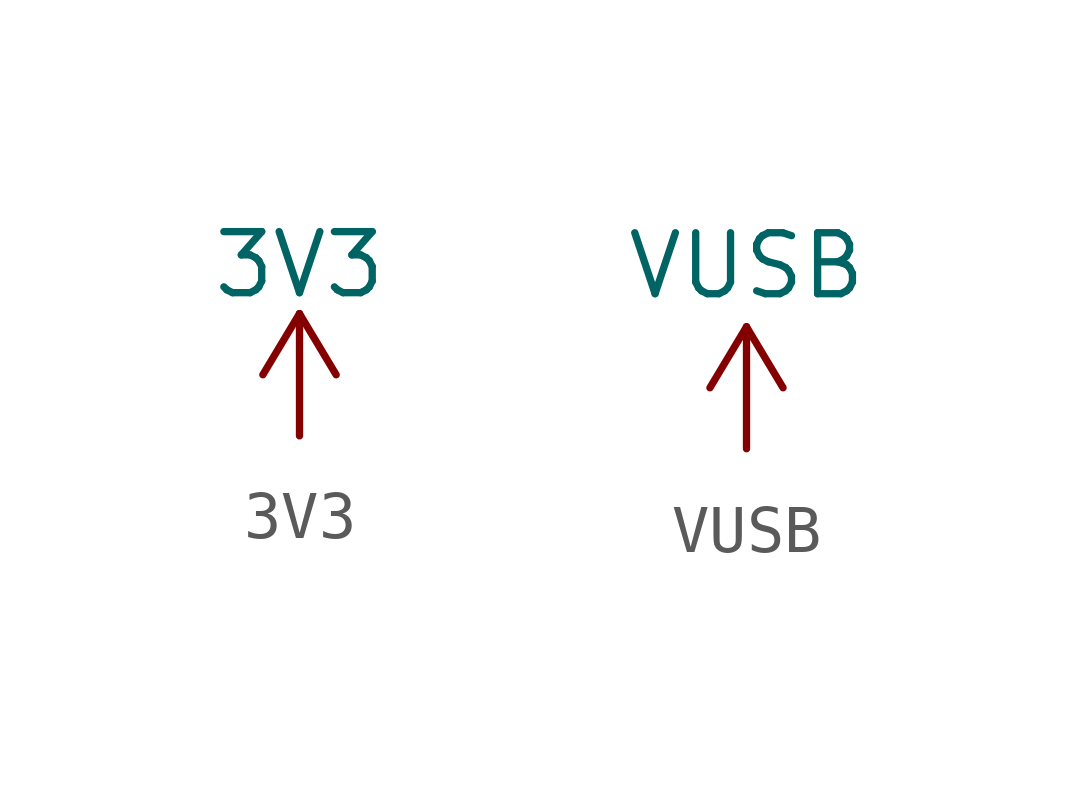
<source format=kicad_sym>
(kicad_symbol_lib
  (version 20211014)
  (generator kicad_symbol_editor)
  (symbol "3V3"
    (power)
    (pin_names
      (offset 0))
    (property "Reference" "#PWR"
      (at 0 -3.81 0)
      (effects (font (size 1.27 1.27)) hide))
    (property "Value" "3V3"
      (at 0 3.556 0)
      (effects (font (size 1.27 1.27))))
    (symbol "3V3_0_1"
      (polyline (pts (xy -0.762 1.27) (xy 0 2.54)) (stroke (width 0) (type default) (color 0 0 0 0)) (fill (type none)))
      (polyline (pts (xy 0 0) (xy 0 2.54)) (stroke (width 0) (type default) (color 0 0 0 0)) (fill (type none)))
      (polyline (pts (xy 0 2.54) (xy 0.762 1.27)) (stroke (width 0) (type default) (color 0 0 0 0)) (fill (type none))))
    (symbol "3V3_1_1"
      (pin power_in line (at 0 0 90) (length 0) hide (name "3V3" (effects (font (size 1.27 1.27)))) (number "1" (effects (font (size 1.27 1.27)))))))
  (symbol "VUSB"
    (power)
    (pin_names
      (offset 0))
    (property "Reference" "#PWR"
      (at 0 -3.81 0)
      (effects (font (size 1.27 1.27)) hide))
    (property "Value" "VUSB"
      (at 0 3.81 0)
      (effects (font (size 1.27 1.27))))
    (symbol "VUSB_0_1"
      (polyline (pts (xy -0.762 1.27) (xy 0 2.54)) (stroke (width 0) (type default) (color 0 0 0 0)) (fill (type none)))
      (polyline (pts (xy 0 0) (xy 0 2.54)) (stroke (width 0) (type default) (color 0 0 0 0)) (fill (type none)))
      (polyline (pts (xy 0 2.54) (xy 0.762 1.27)) (stroke (width 0) (type default) (color 0 0 0 0)) (fill (type none))))
    (symbol "VUSB_1_1"
      (pin power_in line (at 0 0 90) (length 0) hide (name "VUSB" (effects (font (size 1.27 1.27)))) (number "1" (effects (font (size 1.27 1.27))))))))
</source>
